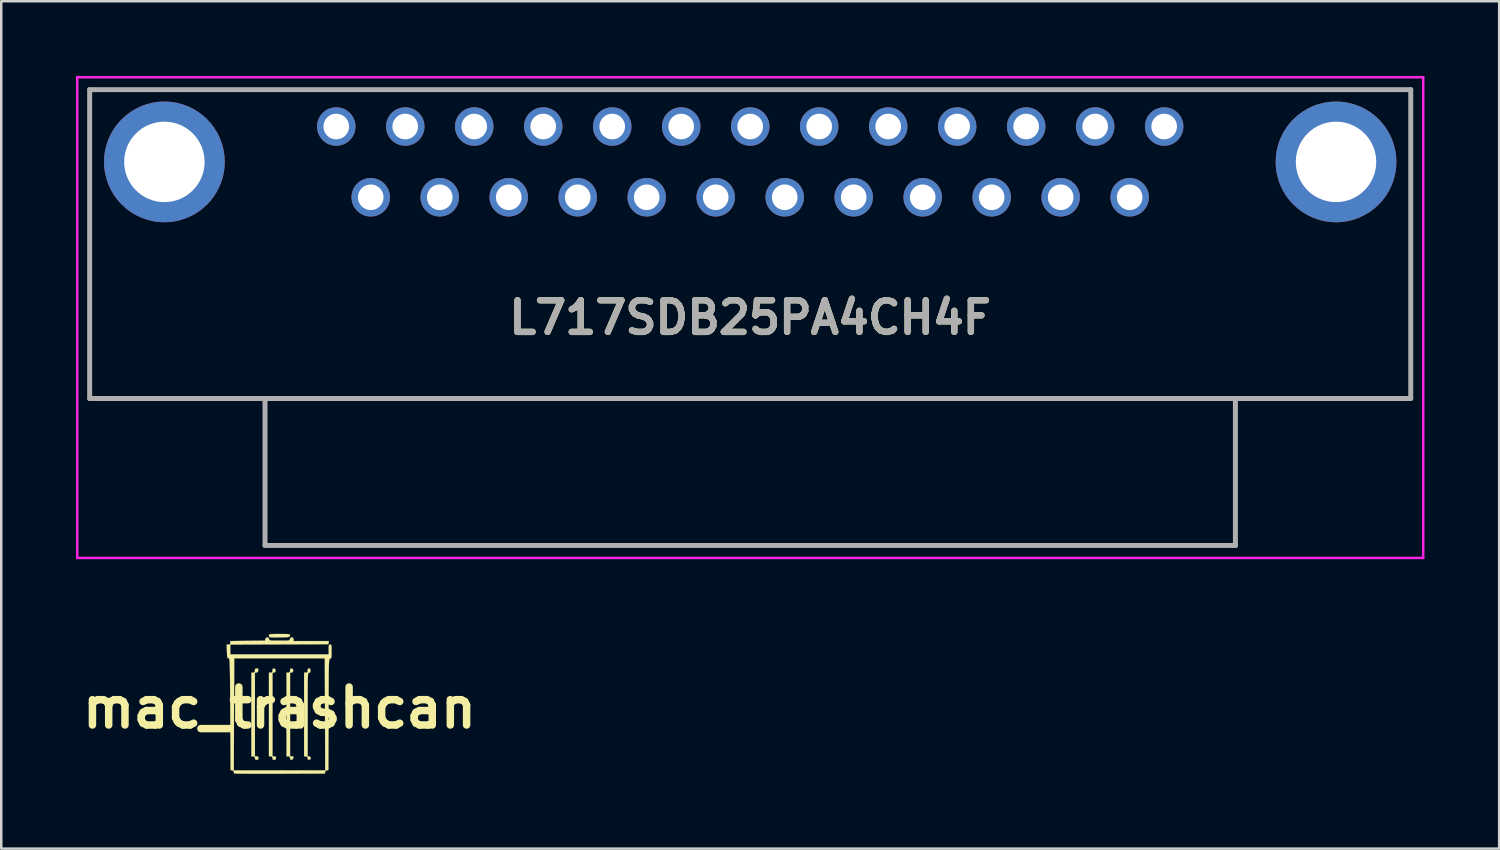
<source format=kicad_pcb>
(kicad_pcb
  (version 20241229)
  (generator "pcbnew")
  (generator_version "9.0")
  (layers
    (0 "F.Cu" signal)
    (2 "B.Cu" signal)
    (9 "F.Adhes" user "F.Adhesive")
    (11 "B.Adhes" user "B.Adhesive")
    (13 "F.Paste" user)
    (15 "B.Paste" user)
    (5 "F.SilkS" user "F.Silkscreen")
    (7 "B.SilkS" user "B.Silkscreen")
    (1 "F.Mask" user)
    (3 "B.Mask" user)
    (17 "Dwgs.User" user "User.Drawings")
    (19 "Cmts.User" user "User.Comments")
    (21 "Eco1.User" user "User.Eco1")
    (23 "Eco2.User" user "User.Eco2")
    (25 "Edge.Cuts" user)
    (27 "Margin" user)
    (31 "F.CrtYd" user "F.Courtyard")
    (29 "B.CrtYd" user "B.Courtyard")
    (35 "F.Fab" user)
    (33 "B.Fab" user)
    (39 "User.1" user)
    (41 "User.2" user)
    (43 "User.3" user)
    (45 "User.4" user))
  (footprint "L717SDB25PA4CH4F"
    (layer "F.Cu")
    (at 10.45 2.03)
    (property "Reference" "L717SDB25PA4CH4F" (at 16.62 7.67 0) (layer "F.SilkS") (effects (font (size 1.27 1.27) (thickness 0.254))))
    (attr through_hole)
    (fp_line (start -9.9 -1.48) (end 43.14 -1.48) (stroke (width 0.1) (type solid)) (layer "F.SilkS"))
    (fp_line (start -9.9 10.92) (end -9.9 -1.48) (stroke (width 0.1) (type solid)) (layer "F.SilkS"))
    (fp_line (start 43.14 -1.48) (end 43.14 10.92) (stroke (width 0.1) (type solid)) (layer "F.SilkS"))
    (fp_line (start 43.14 10.92) (end -9.9 10.92) (stroke (width 0.1) (type solid)) (layer "F.SilkS"))
    (fp_line (start -10.4 -1.98) (end 43.64 -1.98) (stroke (width 0.1) (type solid)) (layer "F.CrtYd"))
    (fp_line (start -10.4 17.32) (end -10.4 -1.98) (stroke (width 0.1) (type solid)) (layer "F.CrtYd"))
    (fp_line (start 43.64 -1.98) (end 43.64 17.32) (stroke (width 0.1) (type solid)) (layer "F.CrtYd"))
    (fp_line (start 43.64 17.32) (end -10.4 17.32) (stroke (width 0.1) (type solid)) (layer "F.CrtYd"))
    (fp_line (start -9.9 -1.48) (end 43.14 -1.48) (stroke (width 0.2) (type solid)) (layer "F.Fab"))
    (fp_line (start -9.9 10.92) (end -9.9 -1.48) (stroke (width 0.2) (type solid)) (layer "F.Fab"))
    (fp_line (start -2.86 10.92) (end -2.86 16.82) (stroke (width 0.2) (type solid)) (layer "F.Fab"))
    (fp_line (start -2.86 16.82) (end 36.1 16.82) (stroke (width 0.2) (type solid)) (layer "F.Fab"))
    (fp_line (start 36.1 10.92) (end -2.86 10.92) (stroke (width 0.2) (type solid)) (layer "F.Fab"))
    (fp_line (start 36.1 16.82) (end 36.1 10.92) (stroke (width 0.2) (type solid)) (layer "F.Fab"))
    (fp_line (start 43.14 -1.48) (end 43.14 10.92) (stroke (width 0.2) (type solid)) (layer "F.Fab"))
    (fp_line (start 43.14 10.92) (end -9.9 10.92) (stroke (width 0.2) (type solid)) (layer "F.Fab"))
    (fp_text user "${REFERENCE}" (at 16.62 7.67 0) (layer "F.Fab") (effects (font (size 1.27 1.27) (thickness 0.254))))
    (pad "1" thru_hole circle (at 0 0) (size 1.545 1.545) (drill 1.03) (layers "*.Cu" "*.Mask"))
    (pad "2" thru_hole circle (at 2.77 0) (size 1.545 1.545) (drill 1.03) (layers "*.Cu" "*.Mask"))
    (pad "3" thru_hole circle (at 5.54 0) (size 1.545 1.545) (drill 1.03) (layers "*.Cu" "*.Mask"))
    (pad "4" thru_hole circle (at 8.31 0) (size 1.545 1.545) (drill 1.03) (layers "*.Cu" "*.Mask"))
    (pad "5" thru_hole circle (at 11.08 0) (size 1.545 1.545) (drill 1.03) (layers "*.Cu" "*.Mask"))
    (pad "6" thru_hole circle (at 13.85 0) (size 1.545 1.545) (drill 1.03) (layers "*.Cu" "*.Mask"))
    (pad "7" thru_hole circle (at 16.62 0) (size 1.545 1.545) (drill 1.03) (layers "*.Cu" "*.Mask"))
    (pad "8" thru_hole circle (at 19.39 0) (size 1.545 1.545) (drill 1.03) (layers "*.Cu" "*.Mask"))
    (pad "9" thru_hole circle (at 22.16 0) (size 1.545 1.545) (drill 1.03) (layers "*.Cu" "*.Mask"))
    (pad "10" thru_hole circle (at 24.93 0) (size 1.545 1.545) (drill 1.03) (layers "*.Cu" "*.Mask"))
    (pad "11" thru_hole circle (at 27.7 0) (size 1.545 1.545) (drill 1.03) (layers "*.Cu" "*.Mask"))
    (pad "12" thru_hole circle (at 30.47 0) (size 1.545 1.545) (drill 1.03) (layers "*.Cu" "*.Mask"))
    (pad "13" thru_hole circle (at 33.24 0) (size 1.545 1.545) (drill 1.03) (layers "*.Cu" "*.Mask"))
    (pad "14" thru_hole circle (at 1.385 2.84) (size 1.545 1.545) (drill 1.03) (layers "*.Cu" "*.Mask"))
    (pad "15" thru_hole circle (at 4.155 2.84) (size 1.545 1.545) (drill 1.03) (layers "*.Cu" "*.Mask"))
    (pad "16" thru_hole circle (at 6.925 2.84) (size 1.545 1.545) (drill 1.03) (layers "*.Cu" "*.Mask"))
    (pad "17" thru_hole circle (at 9.695 2.84) (size 1.545 1.545) (drill 1.03) (layers "*.Cu" "*.Mask"))
    (pad "18" thru_hole circle (at 12.465 2.84) (size 1.545 1.545) (drill 1.03) (layers "*.Cu" "*.Mask"))
    (pad "19" thru_hole circle (at 15.235 2.84) (size 1.545 1.545) (drill 1.03) (layers "*.Cu" "*.Mask"))
    (pad "20" thru_hole circle (at 18.005 2.84) (size 1.545 1.545) (drill 1.03) (layers "*.Cu" "*.Mask"))
    (pad "21" thru_hole circle (at 20.775 2.84) (size 1.545 1.545) (drill 1.03) (layers "*.Cu" "*.Mask"))
    (pad "22" thru_hole circle (at 23.545 2.84) (size 1.545 1.545) (drill 1.03) (layers "*.Cu" "*.Mask"))
    (pad "23" thru_hole circle (at 26.315 2.84) (size 1.545 1.545) (drill 1.03) (layers "*.Cu" "*.Mask"))
    (pad "24" thru_hole circle (at 29.085 2.84) (size 1.545 1.545) (drill 1.03) (layers "*.Cu" "*.Mask"))
    (pad "25" thru_hole circle (at 31.855 2.84) (size 1.545 1.545) (drill 1.03) (layers "*.Cu" "*.Mask"))
    (pad "MH1" thru_hole circle (at -6.9 1.42) (size 4.845 4.845) (drill 3.23) (layers "*.Cu" "*.Mask"))
    (pad "MH2" thru_hole circle (at 40.14 1.42) (size 4.845 4.845) (drill 3.23) (layers "*.Cu" "*.Mask")))
  (footprint "mac_trashcan"
    (layer "F.Cu")
    (at 8.172 25.368)
    (property "Reference" "mac_trashcan" (at 0 0 0) (layer "F.SilkS") (effects (font (size 1.524 1.524) (thickness 0.3))))
    (attr through_hole)
    (fp_poly (pts (xy 0.487 -1.575) (xy 0.537 -1.551) (xy 0.55 -1.496) (xy 0.535 -1.438) (xy 0.487 -1.416) (xy 0.423 -1.407) (xy 0.423 1.947) (xy 0.496 1.947) (xy 0.549 1.957) (xy 0.561 1.994) (xy 0.559 2.011) (xy 0.527 2.068) (xy 0.487 2.083) (xy 0.439 2.08) (xy 0.424 2.039) (xy 0.423 2.02) (xy 0.412 1.965) (xy 0.369 1.948) (xy 0.353 1.947) (xy 0.282 1.947) (xy 0.282 -1.411) (xy 0.353 -1.411) (xy 0.403 -1.42) (xy 0.421 -1.458) (xy 0.423 -1.498) (xy 0.43 -1.558) (xy 0.457 -1.577) (xy 0.487 -1.575)) (stroke (width 0.01) (type solid)) (fill yes) (layer "F.SilkS"))
    (fp_poly (pts (xy -0.219 -1.575) (xy -0.168 -1.551) (xy -0.155 -1.496) (xy -0.171 -1.438) (xy -0.219 -1.416) (xy -0.282 -1.407) (xy -0.282 1.947) (xy -0.212 1.947) (xy -0.158 1.959) (xy -0.141 2.005) (xy -0.141 2.018) (xy -0.153 2.072) (xy -0.199 2.088) (xy -0.212 2.088) (xy -0.265 2.077) (xy -0.282 2.031) (xy -0.282 2.018) (xy -0.294 1.964) (xy -0.34 1.948) (xy -0.353 1.947) (xy -0.423 1.947) (xy -0.423 -1.411) (xy -0.353 -1.411) (xy -0.303 -1.42) (xy -0.284 -1.458) (xy -0.282 -1.498) (xy -0.276 -1.558) (xy -0.249 -1.577) (xy -0.219 -1.575)) (stroke (width 0.01) (type solid)) (fill yes) (layer "F.SilkS"))
    (fp_poly (pts (xy 0.165 -2.963) (xy 0.28 -2.962) (xy 0.354 -2.958) (xy 0.397 -2.95) (xy 0.416 -2.937) (xy 0.42 -2.918) (xy 0.418 -2.9) (xy 0.413 -2.875) (xy 0.398 -2.857) (xy 0.365 -2.845) (xy 0.306 -2.838) (xy 0.211 -2.833) (xy 0.071 -2.83) (xy 0.013 -2.829) (xy -0.132 -2.827) (xy -0.256 -2.828) (xy -0.348 -2.832) (xy -0.398 -2.838) (xy -0.404 -2.84) (xy -0.421 -2.883) (xy -0.423 -2.912) (xy -0.419 -2.931) (xy -0.402 -2.946) (xy -0.364 -2.955) (xy -0.295 -2.96) (xy -0.189 -2.963) (xy -0.035 -2.963) (xy 0.002 -2.963) (xy 0.165 -2.963)) (stroke (width 0.01) (type solid)) (fill yes) (layer "F.SilkS"))
    (fp_poly (pts (xy -0.864 -1.572) (xy -0.85 -1.536) (xy -0.852 -1.503) (xy -0.875 -1.439) (xy -0.924 -1.416) (xy -0.988 -1.407) (xy -0.988 1.947) (xy -0.917 1.947) (xy -0.864 1.959) (xy -0.847 2.005) (xy -0.847 2.018) (xy -0.858 2.072) (xy -0.904 2.088) (xy -0.917 2.088) (xy -0.971 2.077) (xy -0.987 2.031) (xy -0.988 2.018) (xy -0.999 1.964) (xy -1.045 1.948) (xy -1.058 1.947) (xy -1.129 1.947) (xy -1.129 -1.411) (xy -1.058 -1.411) (xy -1.008 -1.42) (xy -0.989 -1.459) (xy -0.988 -1.496) (xy -0.98 -1.556) (xy -0.948 -1.578) (xy -0.915 -1.58) (xy -0.864 -1.572)) (stroke (width 0.01) (type solid)) (fill yes) (layer "F.SilkS"))
    (fp_poly (pts (xy 1.227 -1.567) (xy 1.241 -1.518) (xy 1.242 -1.496) (xy 1.233 -1.434) (xy 1.2 -1.412) (xy 1.185 -1.411) (xy 1.174 -1.41) (xy 1.164 -1.404) (xy 1.155 -1.389) (xy 1.148 -1.361) (xy 1.143 -1.315) (xy 1.138 -1.247) (xy 1.135 -1.154) (xy 1.133 -1.03) (xy 1.131 -0.871) (xy 1.13 -0.674) (xy 1.129 -0.434) (xy 1.129 -0.147) (xy 1.129 0.191) (xy 1.129 0.266) (xy 1.129 1.943) (xy 1.192 1.952) (xy 1.245 1.98) (xy 1.256 2.018) (xy 1.233 2.068) (xy 1.192 2.083) (xy 1.145 2.08) (xy 1.129 2.039) (xy 1.129 2.02) (xy 1.118 1.965) (xy 1.074 1.948) (xy 1.058 1.947) (xy 0.988 1.947) (xy 0.988 -1.411) (xy 1.058 -1.411) (xy 1.109 -1.42) (xy 1.127 -1.459) (xy 1.129 -1.496) (xy 1.138 -1.558) (xy 1.171 -1.58) (xy 1.185 -1.58) (xy 1.227 -1.567)) (stroke (width 0.01) (type solid)) (fill yes) (layer "F.SilkS"))
    (fp_poly (pts (xy 0.54 -2.811) (xy 0.564 -2.761) (xy 0.564 -2.752) (xy 0.564 -2.681) (xy 1.979 -2.681) (xy 1.961 -2.554) (xy -0.007 -2.547) (xy -1.976 -2.54) (xy -1.976 -2.145) (xy 1.976 -2.145) (xy 1.976 -2.342) (xy 1.977 -2.446) (xy 1.984 -2.506) (xy 2 -2.533) (xy 2.028 -2.54) (xy 2.032 -2.54) (xy 2.058 -2.536) (xy 2.074 -2.518) (xy 2.083 -2.474) (xy 2.087 -2.396) (xy 2.088 -2.273) (xy 2.088 -2.258) (xy 2.088 -2.129) (xy 2.084 -2.047) (xy 2.075 -2.001) (xy 2.06 -1.98) (xy 2.035 -1.976) (xy 2.032 -1.976) (xy 2.022 -1.975) (xy 2.013 -1.969) (xy 2.005 -1.956) (xy 1.999 -1.932) (xy 1.993 -1.892) (xy 1.988 -1.833) (xy 1.984 -1.751) (xy 1.981 -1.644) (xy 1.978 -1.506) (xy 1.976 -1.335) (xy 1.974 -1.127) (xy 1.973 -0.878) (xy 1.972 -0.584) (xy 1.97 -0.242) (xy 1.969 0.151) (xy 1.969 0.261) (xy 1.961 2.498) (xy 1.9 2.506) (xy 1.844 2.539) (xy 1.829 2.577) (xy 1.82 2.639) (xy 0.012 2.646) (xy -0.302 2.647) (xy -0.6 2.647) (xy -0.876 2.647) (xy -1.126 2.646) (xy -1.345 2.645) (xy -1.527 2.643) (xy -1.669 2.641) (xy -1.766 2.638) (xy -1.812 2.635) (xy -1.815 2.634) (xy -1.832 2.592) (xy -1.834 2.565) (xy -1.859 2.521) (xy -1.884 2.512) (xy -1.835 2.512) (xy 1.835 2.512) (xy 1.82 -1.99) (xy -1.82 -1.99) (xy -1.828 0.261) (xy -1.835 2.512) (xy -1.884 2.512) (xy -1.898 2.507) (xy -1.961 2.498) (xy -1.976 0.254) (xy -1.978 -0.154) (xy -1.981 -0.51) (xy -1.983 -0.816) (xy -1.985 -1.077) (xy -1.987 -1.296) (xy -1.99 -1.477) (xy -1.993 -1.623) (xy -1.996 -1.739) (xy -2 -1.827) (xy -2.005 -1.892) (xy -2.011 -1.936) (xy -2.017 -1.965) (xy -2.025 -1.981) (xy -2.033 -1.988) (xy -2.043 -1.99) (xy -2.046 -1.99) (xy -2.072 -1.994) (xy -2.089 -2.014) (xy -2.1 -2.06) (xy -2.106 -2.141) (xy -2.111 -2.265) (xy -2.119 -2.54) (xy -2.047 -2.54) (xy -1.993 -2.551) (xy -1.976 -2.596) (xy -1.976 -2.61) (xy -1.976 -2.68) (xy -1.277 -2.688) (xy -0.579 -2.695) (xy -0.57 -2.759) (xy -0.541 -2.81) (xy -0.492 -2.826) (xy -0.443 -2.807) (xy -0.418 -2.759) (xy -0.413 -2.734) (xy -0.399 -2.717) (xy -0.368 -2.705) (xy -0.311 -2.699) (xy -0.22 -2.696) (xy -0.085 -2.695) (xy 0 -2.695) (xy 0.159 -2.696) (xy 0.271 -2.697) (xy 0.344 -2.702) (xy 0.387 -2.711) (xy 0.408 -2.725) (xy 0.416 -2.746) (xy 0.418 -2.759) (xy 0.446 -2.811) (xy 0.493 -2.828) (xy 0.54 -2.811)) (stroke (width 0.01) (type solid)) (fill yes) (layer "F.SilkS")))
  (gr_rect
    (start -3 -3)
    (end 57.14 31.021)
    (stroke (width 0.1) (type default))
    (fill no)
    (layer "Edge.Cuts")))
</source>
